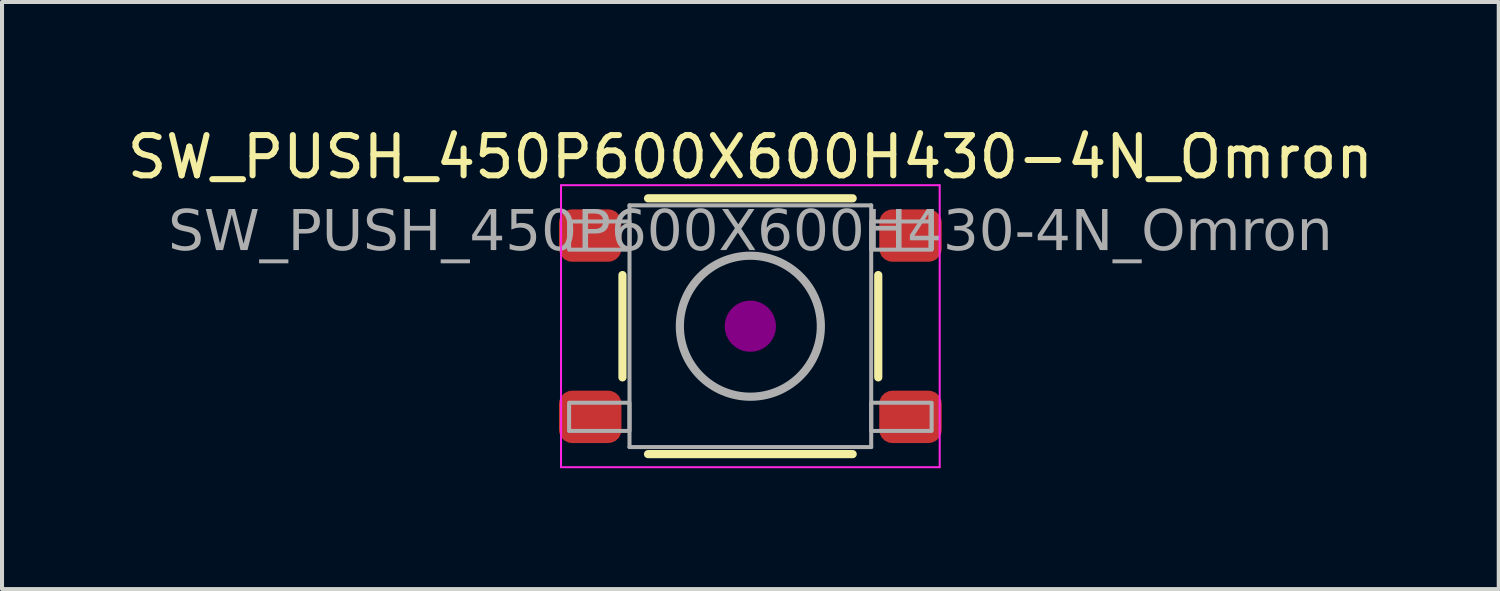
<source format=kicad_pcb>
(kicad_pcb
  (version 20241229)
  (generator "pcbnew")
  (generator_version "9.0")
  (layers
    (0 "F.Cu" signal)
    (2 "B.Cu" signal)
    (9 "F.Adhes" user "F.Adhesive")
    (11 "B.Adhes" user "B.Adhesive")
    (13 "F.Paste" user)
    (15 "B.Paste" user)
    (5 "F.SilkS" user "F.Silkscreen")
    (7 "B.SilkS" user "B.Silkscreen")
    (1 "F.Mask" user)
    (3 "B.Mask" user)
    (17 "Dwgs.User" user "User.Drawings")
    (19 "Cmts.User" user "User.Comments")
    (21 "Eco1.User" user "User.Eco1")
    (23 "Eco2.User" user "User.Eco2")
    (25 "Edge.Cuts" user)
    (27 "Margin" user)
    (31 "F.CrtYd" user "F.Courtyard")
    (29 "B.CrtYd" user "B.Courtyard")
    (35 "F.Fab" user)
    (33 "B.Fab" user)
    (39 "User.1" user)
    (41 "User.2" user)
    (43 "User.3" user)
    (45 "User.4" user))
  (footprint "SW_PUSH_450P600X600H430-4N_Omron"
    (layer "F.Cu")
    (at 15.577 5.048)
    (property "Reference" "SW_PUSH_450P600X600H430-4N_Omron" (at 0 -4.2 0) (layer "F.SilkS") (effects (font (size 1 1) (thickness 0.15))))
    (attr smd)
    (fp_line (start -3.175 -1.27) (end -3.175 1.27) (stroke (width 0.203) (type solid)) (layer "F.SilkS"))
    (fp_line (start -2.54 -3.175) (end 2.54 -3.175) (stroke (width 0.203) (type solid)) (layer "F.SilkS"))
    (fp_line (start -2.54 3.175) (end 2.54 3.175) (stroke (width 0.203) (type solid)) (layer "F.SilkS"))
    (fp_line (start 3.175 1.27) (end 3.175 -1.27) (stroke (width 0.203) (type solid)) (layer "F.SilkS"))
    (fp_circle (center 0 0) (end 0.635 0) (stroke (width 0) (type solid)) (fill yes) (layer "F.Adhes"))
    (fp_line (start -4.7 -3.5) (end -4.7 3.5) (stroke (width 0.05) (type solid)) (layer "F.CrtYd"))
    (fp_line (start -4.7 3.5) (end 4.7 3.5) (stroke (width 0.05) (type solid)) (layer "F.CrtYd"))
    (fp_line (start 4.7 -3.5) (end -4.7 -3.5) (stroke (width 0.05) (type solid)) (layer "F.CrtYd"))
    (fp_line (start 4.7 3.5) (end 4.7 -3.5) (stroke (width 0.05) (type solid)) (layer "F.CrtYd"))
    (fp_line (start -3 -3) (end 3 -3) (stroke (width 0.1) (type solid)) (layer "F.Fab"))
    (fp_line (start -3 3) (end -3 -3) (stroke (width 0.1) (type solid)) (layer "F.Fab"))
    (fp_line (start 3 -3) (end 3 3) (stroke (width 0.1) (type solid)) (layer "F.Fab"))
    (fp_line (start 3 3) (end -3 3) (stroke (width 0.1) (type solid)) (layer "F.Fab"))
    (fp_rect (start -4.5 -2.6) (end -3 -1.9) (stroke (width 0.1) (type solid)) (fill no) (layer "F.Fab"))
    (fp_rect (start -4.5 2.6) (end -3 1.9) (stroke (width 0.1) (type solid)) (fill no) (layer "F.Fab"))
    (fp_rect (start 4.5 -2.6) (end 3 -1.9) (stroke (width 0.1) (type solid)) (fill no) (layer "F.Fab"))
    (fp_rect (start 4.5 2.6) (end 3 1.9) (stroke (width 0.1) (type solid)) (fill no) (layer "F.Fab"))
    (fp_circle (center 0 0) (end 1.75 0) (stroke (width 0.203) (type solid)) (fill no) (layer "F.Fab"))
    (fp_text user "${REFERENCE}" (at 0 -2.305 0) (layer "F.Fab") (effects (font (face "Tahoma") (size 1 1) (thickness 0.15))))
    (pad "1" smd roundrect (at -3.975 -2.25) (size 1.55 1.3) (layers "F.Cu" "F.Mask" "F.Paste") (roundrect_rratio 0.25))
    (pad "2" smd roundrect (at -3.975 2.25) (size 1.55 1.3) (layers "F.Cu" "F.Mask" "F.Paste") (roundrect_rratio 0.25))
    (pad "3" smd roundrect (at 3.975 -2.25) (size 1.55 1.3) (layers "F.Cu" "F.Mask" "F.Paste") (roundrect_rratio 0.25))
    (pad "4" smd roundrect (at 3.975 2.25) (size 1.55 1.3) (layers "F.Cu" "F.Mask" "F.Paste") (roundrect_rratio 0.25)))
  (gr_rect
    (start -3 -3)
    (end 34.155 11.573)
    (stroke (width 0.1) (type default))
    (fill no)
    (layer "Edge.Cuts")))
</source>
